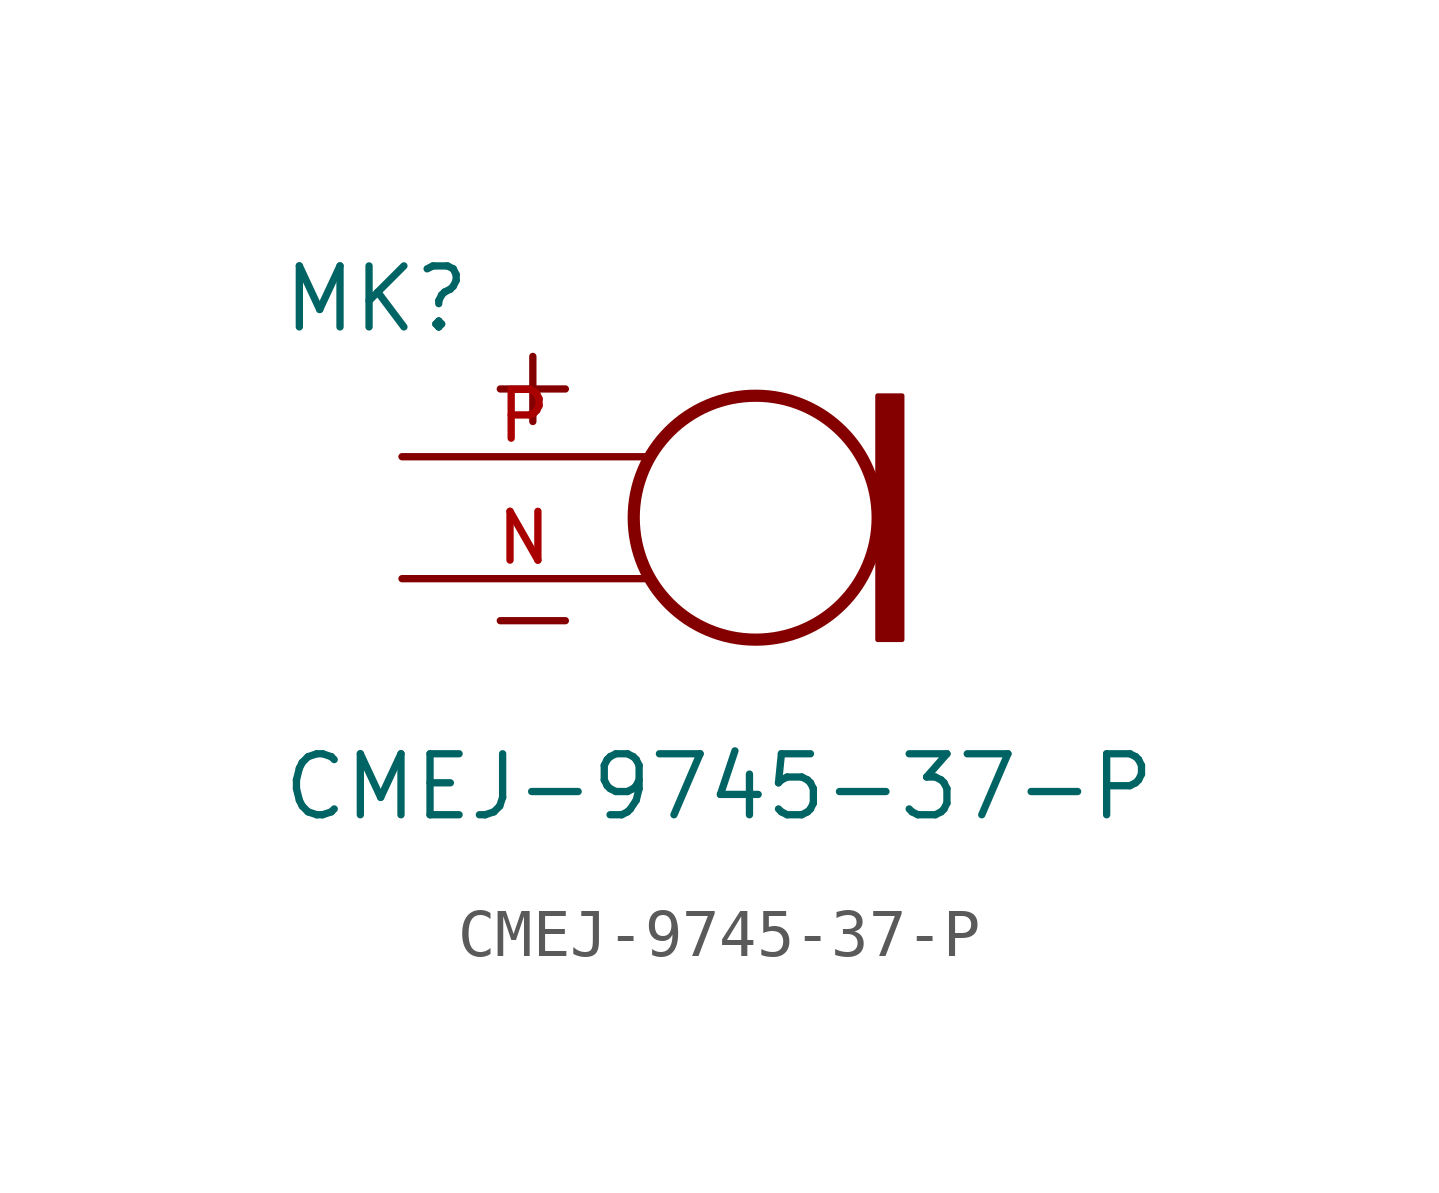
<source format=kicad_sym>
(kicad_symbol_lib
  (version 20211014)
  (generator kicad_symbol_editor)
  (symbol "CMEJ-9745-37-P"
    (pin_names
      (offset 1.016))
    (property "Reference" "MK"
      (at -7.62 2.54 0)
      (effects (font (size 1.27 1.27)) (justify bottom left)))
    (property "Value" "CMEJ-9745-37-P"
      (at -7.62 -7.62 0)
      (effects (font (size 1.27 1.27)) (justify bottom left)))
    (symbol "CMEJ-9745-37-P_0_0"
      (circle (center 2.286 -1.27) (radius 2.54) (stroke (width 0.254)) (fill (type none)))
      (rectangle (start 4.826 -3.81) (end 5.334 1.27) (stroke (width 0.1)) (fill (type outline)))
      (text "+" (at -3.556 0.508 0) (effects (font (size 1.778 1.778)) (justify bottom left)))
      (text "-" (at -3.556 -4.318 0) (effects (font (size 1.778 1.778)) (justify bottom left)))
      (pin passive line (at -5.08 0.0 0) (length 5.08) (name "~" (effects (font (size 1.016 1.016)))) (number "P" (effects (font (size 1.016 1.016)))))
      (pin passive line (at -5.08 -2.54 0) (length 5.08) (name "~" (effects (font (size 1.016 1.016)))) (number "N" (effects (font (size 1.016 1.016))))))))
</source>
